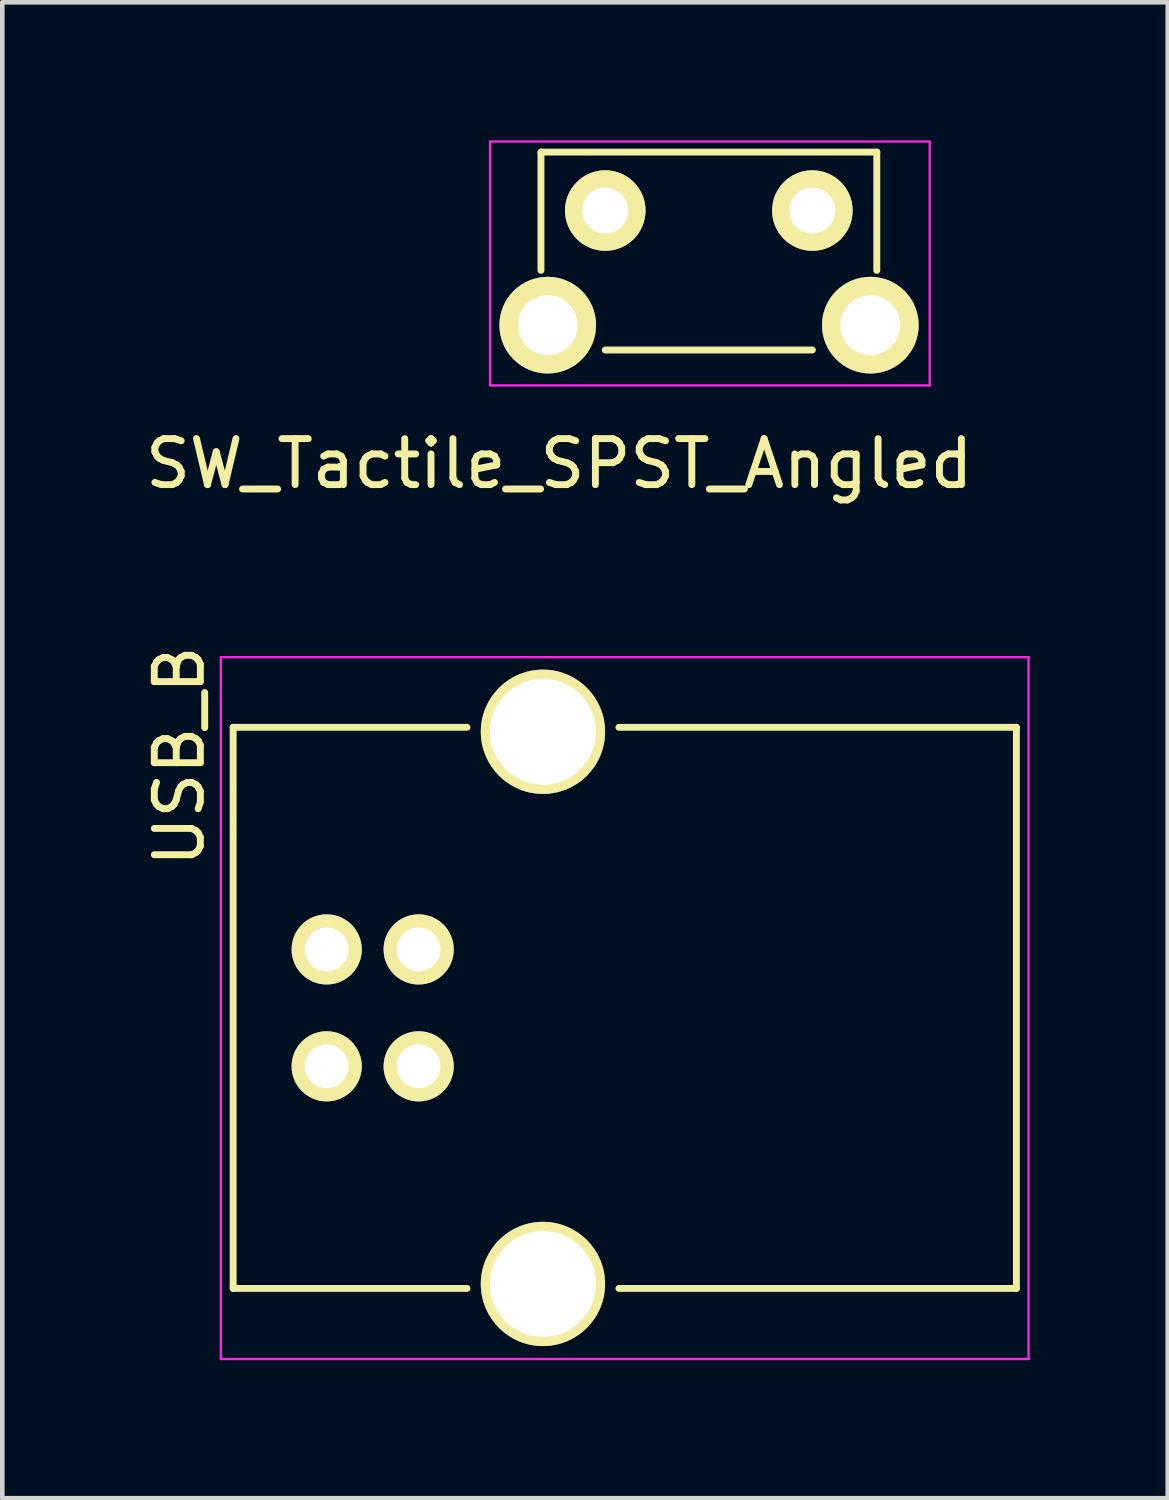
<source format=kicad_pcb>
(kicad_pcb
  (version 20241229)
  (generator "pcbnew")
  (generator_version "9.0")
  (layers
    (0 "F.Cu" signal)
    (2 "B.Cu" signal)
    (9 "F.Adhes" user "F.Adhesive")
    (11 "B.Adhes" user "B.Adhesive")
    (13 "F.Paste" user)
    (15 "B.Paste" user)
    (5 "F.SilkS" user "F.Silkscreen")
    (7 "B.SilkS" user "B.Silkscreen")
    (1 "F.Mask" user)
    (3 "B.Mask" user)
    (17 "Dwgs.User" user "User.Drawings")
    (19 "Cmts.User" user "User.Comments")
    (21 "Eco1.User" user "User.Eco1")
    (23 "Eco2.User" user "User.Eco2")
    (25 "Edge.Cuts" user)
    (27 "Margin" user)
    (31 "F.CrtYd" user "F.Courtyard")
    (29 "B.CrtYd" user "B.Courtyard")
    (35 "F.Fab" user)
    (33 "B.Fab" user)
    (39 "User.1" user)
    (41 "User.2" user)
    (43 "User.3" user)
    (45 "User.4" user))
  (footprint "SW_Tactile_SPST_Angled"
    (layer "F.Cu")
    (at 10.101 1.525)
    (property "Reference" "SW_Tactile_SPST_Angled" (at -1 5.5 0) (layer "F.SilkS") (effects (font (size 1 1) (thickness 0.15))))
    (attr through_hole)
    (fp_line (start -1.397 -1.27) (end -1.397 1.3) (stroke (width 0.15) (type solid)) (layer "F.SilkS"))
    (fp_line (start -1.397 -1.27) (end 5.9 -1.27) (stroke (width 0.15) (type solid)) (layer "F.SilkS"))
    (fp_line (start 0 3.03) (end 4.5 3.03) (stroke (width 0.15) (type solid)) (layer "F.SilkS"))
    (fp_line (start 5.9 -1.27) (end 5.9 1.3) (stroke (width 0.15) (type solid)) (layer "F.SilkS"))
    (fp_line (start -2.5 -1.5) (end 7.05 -1.5) (stroke (width 0.05) (type solid)) (layer "F.CrtYd"))
    (fp_line (start -2.5 3.8) (end -2.5 -1.5) (stroke (width 0.05) (type solid)) (layer "F.CrtYd"))
    (fp_line (start 7.05 -1.5) (end 7.05 3.8) (stroke (width 0.05) (type solid)) (layer "F.CrtYd"))
    (fp_line (start 7.05 3.8) (end -2.5 3.8) (stroke (width 0.05) (type solid)) (layer "F.CrtYd"))
    (pad "" thru_hole circle (at -1.25 2.49) (size 2.1 2.1) (drill 1.3) (layers "*.Cu" "*.Mask" "F.SilkS"))
    (pad "" thru_hole circle (at 5.76 2.49) (size 2.1 2.1) (drill 1.3) (layers "*.Cu" "*.Mask" "F.SilkS"))
    (pad "1" thru_hole circle (at 0 0) (size 1.75 1.75) (drill 1) (layers "*.Cu" "*.Mask" "F.SilkS"))
    (pad "2" thru_hole circle (at 4.5 0) (size 1.75 1.75) (drill 1) (layers "*.Cu" "*.Mask" "F.SilkS")))
  (footprint "USB_B"
    (layer "F.Cu")
    (at 4.048 17.579)
    (property "Reference" "USB_B" (at -3.2 -4.2 90) (layer "F.SilkS") (effects (font (size 1 1) (thickness 0.15))))
    (attr through_hole)
    (fp_line (start -2.032 -4.826) (end 3.048 -4.826) (stroke (width 0.15) (type solid)) (layer "F.SilkS"))
    (fp_line (start -2.032 7.366) (end -2.032 -4.826) (stroke (width 0.15) (type solid)) (layer "F.SilkS"))
    (fp_line (start -2.032 7.366) (end 3.048 7.366) (stroke (width 0.15) (type solid)) (layer "F.SilkS"))
    (fp_line (start 6.35 -4.826) (end 14.986 -4.826) (stroke (width 0.15) (type solid)) (layer "F.SilkS"))
    (fp_line (start 6.35 7.366) (end 14.986 7.366) (stroke (width 0.15) (type solid)) (layer "F.SilkS"))
    (fp_line (start 14.986 -4.826) (end 14.986 7.366) (stroke (width 0.15) (type solid)) (layer "F.SilkS"))
    (fp_line (start -2.3 -6.35) (end 15.25 -6.35) (stroke (width 0.05) (type solid)) (layer "F.CrtYd"))
    (fp_line (start -2.3 8.9) (end -2.3 -6.35) (stroke (width 0.05) (type solid)) (layer "F.CrtYd"))
    (fp_line (start 15.25 -6.35) (end 15.25 8.9) (stroke (width 0.05) (type solid)) (layer "F.CrtYd"))
    (fp_line (start 15.25 8.9) (end -2.3 8.9) (stroke (width 0.05) (type solid)) (layer "F.CrtYd"))
    (pad "1" thru_hole circle (at 0 0 270) (size 1.524 1.524) (drill 0.95) (layers "*.Cu" "*.Mask" "F.SilkS"))
    (pad "2" thru_hole circle (at 0 2.54 270) (size 1.524 1.524) (drill 0.95) (layers "*.Cu" "*.Mask" "F.SilkS"))
    (pad "3" thru_hole circle (at 1.999 2.54 270) (size 1.524 1.524) (drill 0.95) (layers "*.Cu" "*.Mask" "F.SilkS"))
    (pad "4" thru_hole circle (at 1.999 0 270) (size 1.524 1.524) (drill 0.95) (layers "*.Cu" "*.Mask" "F.SilkS"))
    (pad "5" thru_hole circle (at 4.699 -4.729 270) (size 2.7 2.7) (drill 2.301) (layers "*.Cu" "*.Mask" "F.SilkS"))
    (pad "5" thru_hole circle (at 4.699 7.269 270) (size 2.7 2.7) (drill 2.301) (layers "*.Cu" "*.Mask" "F.SilkS")))
  (gr_rect
    (start -3 -3)
    (end 22.323 29.504)
    (stroke (width 0.1) (type default))
    (fill no)
    (layer "Edge.Cuts")))
</source>
